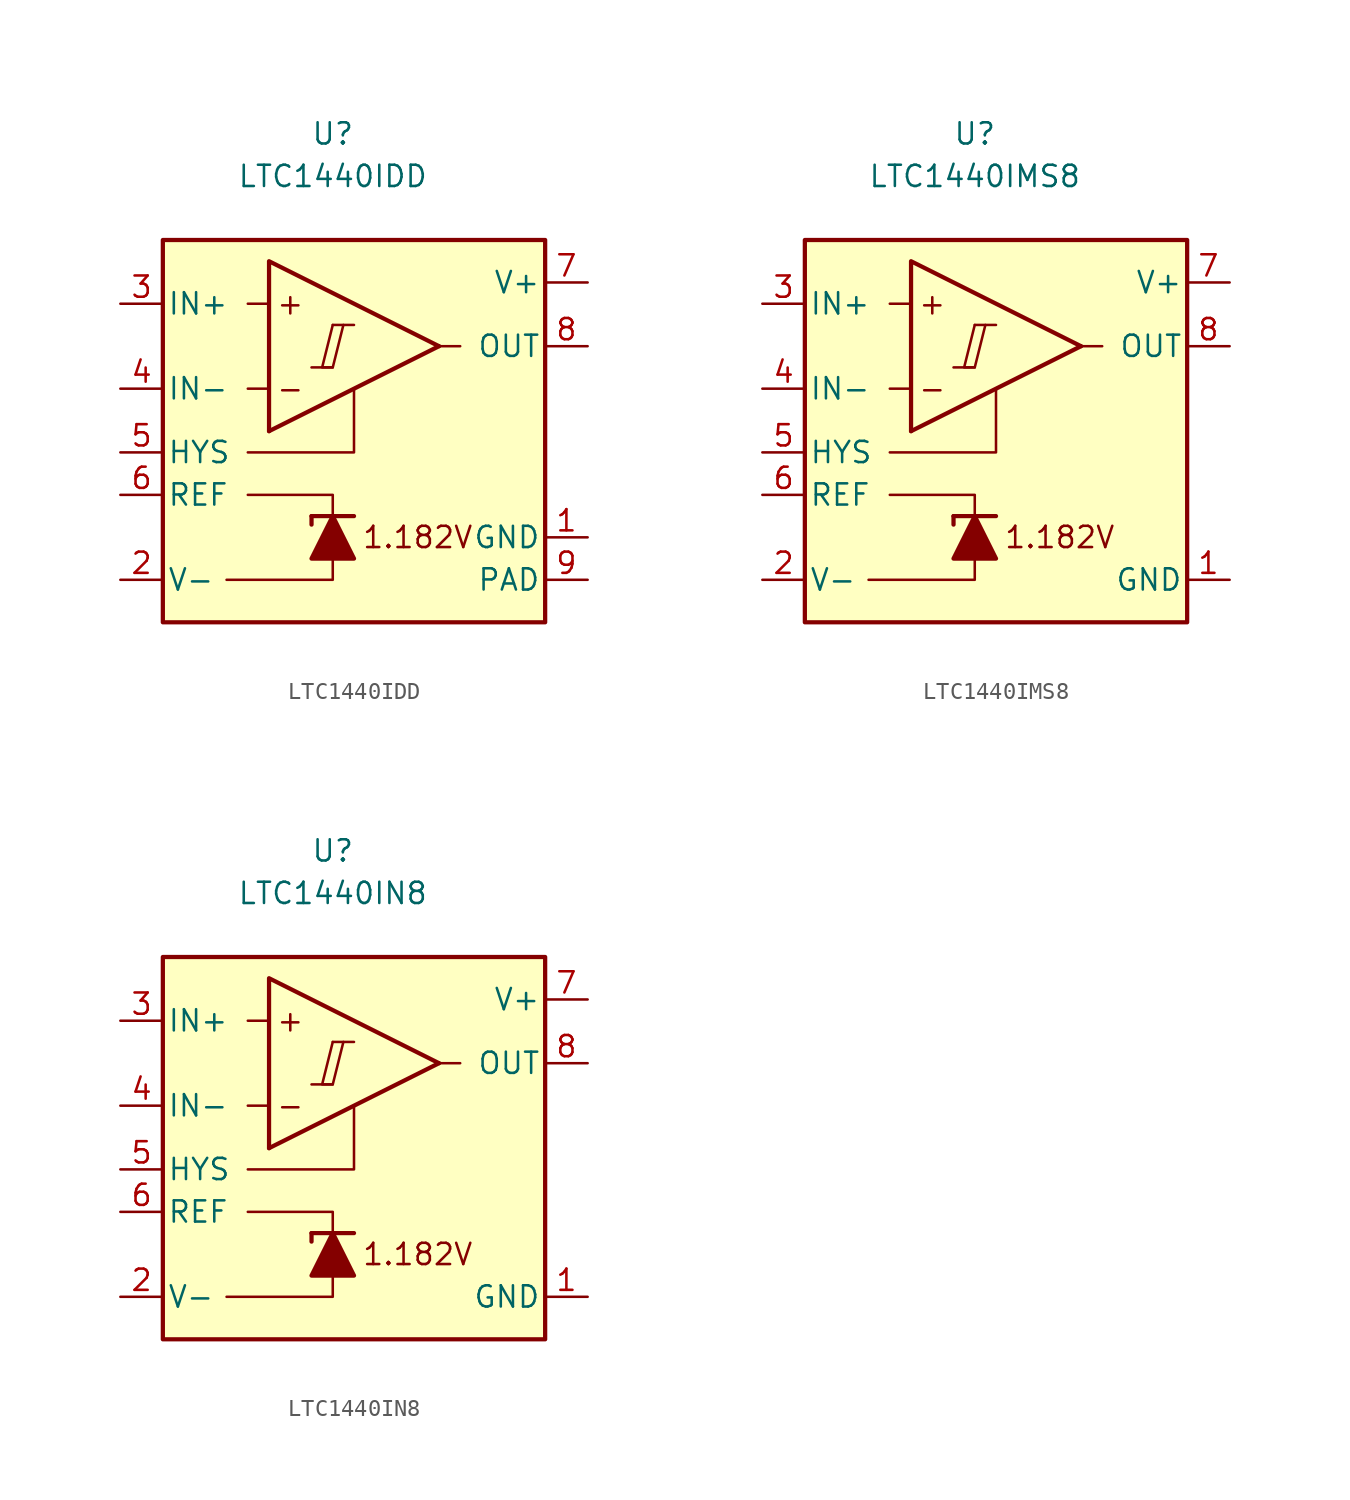
<source format=kicad_sym>
(kicad_symbol_lib
  (version 20211014)
  (generator kicad_symbol_editor)
  (symbol "LTC1440IDD"
    (pin_names
      (offset 0.254))
    (property "Reference" "U"
      (at 0 16.51 0)
      (effects (font (size 1.27 1.27))))
    (property "Value" "LTC1440IDD"
      (at 0 13.97 0)
      (effects (font (size 1.27 1.27))))
    (symbol "LTC1440IDD_0_0"
      (polyline (pts (xy -1.27 2.54) (xy 0 2.54)) (stroke (width 0.152) (type default) (color 0 0 0 0)) (fill (type none)))
      (polyline (pts (xy 0 5.08) (xy 1.27 5.08)) (stroke (width 0.152) (type default) (color 0 0 0 0)) (fill (type none)))
      (polyline (pts (xy 6.35 3.81) (xy -3.81 -1.27)) (stroke (width 0.254) (type default) (color 0 0 0 0)) (fill (type none)))
      (polyline (pts (xy 6.35 3.81) (xy -3.81 8.89) (xy -3.81 -1.27)) (stroke (width 0.254) (type default) (color 0 0 0 0)) (fill (type background)))
      (polyline (pts (xy 0 5.08) (xy -0.635 2.54) (xy 0 2.54) (xy 0.635 5.08)) (stroke (width 0.152) (type default) (color 0 0 0 0)) (fill (type none)))
      (text "+" (at -2.54 6.35 0) (effects (font (size 1.27 1.27))))
      (text "-" (at -2.54 1.27 0) (effects (font (size 1.27 1.27)))))
    (symbol "LTC1440IDD_0_1"
      (polyline (pts (xy -3.81 1.27) (xy -5.08 1.27)) (stroke (width 0) (type default) (color 0 0 0 0)) (fill (type none)))
      (polyline (pts (xy -3.81 6.35) (xy -5.08 6.35)) (stroke (width 0) (type default) (color 0 0 0 0)) (fill (type none)))
      (polyline (pts (xy -1.27 -6.35) (xy -1.27 -6.858)) (stroke (width 0.254) (type default) (color 0 0 0 0)) (fill (type none)))
      (polyline (pts (xy -1.27 -6.35) (xy 1.27 -6.35)) (stroke (width 0.254) (type default) (color 0 0 0 0)) (fill (type none)))
      (polyline (pts (xy 6.35 3.81) (xy 7.62 3.81)) (stroke (width 0) (type default) (color 0 0 0 0)) (fill (type none)))
      (polyline (pts (xy 0 -8.89) (xy 0 -10.16) (xy -6.35 -10.16)) (stroke (width 0) (type default) (color 0 0 0 0)) (fill (type none)))
      (polyline (pts (xy 0 -6.35) (xy 0 -5.08) (xy -5.08 -5.08)) (stroke (width 0) (type default) (color 0 0 0 0)) (fill (type none)))
      (polyline (pts (xy 1.27 1.27) (xy 1.27 -2.54) (xy -5.08 -2.54)) (stroke (width 0) (type default) (color 0 0 0 0)) (fill (type none)))
      (polyline (pts (xy 1.27 -8.89) (xy -1.27 -8.89) (xy 0 -6.35) (xy 1.27 -8.89)) (stroke (width 0.254) (type default) (color 0 0 0 0)) (fill (type outline)))
      (rectangle (start 12.7 10.16) (end -10.16 -12.7) (stroke (width 0.254) (type default) (color 0 0 0 0)) (fill (type background))))
    (symbol "LTC1440IDD_1_0"
      (text "1.182V" (at 5.08 -7.62 0) (effects (font (size 1.27 1.27)))))
    (symbol "LTC1440IDD_1_1"
      (pin power_in line (at 15.24 -7.62 180) (length 2.54) (name "GND" (effects (font (size 1.27 1.27)))) (number "1" (effects (font (size 1.27 1.27)))))
      (pin power_in line (at -12.7 -10.16 0) (length 2.54) (name "V-" (effects (font (size 1.27 1.27)))) (number "2" (effects (font (size 1.27 1.27)))))
      (pin input line (at -12.7 6.35 0) (length 2.54) (name "IN+" (effects (font (size 1.27 1.27)))) (number "3" (effects (font (size 1.27 1.27)))))
      (pin input line (at -12.7 1.27 0) (length 2.54) (name "IN-" (effects (font (size 1.27 1.27)))) (number "4" (effects (font (size 1.27 1.27)))))
      (pin input line (at -12.7 -2.54 0) (length 2.54) (name "HYS" (effects (font (size 1.27 1.27)))) (number "5" (effects (font (size 1.27 1.27)))))
      (pin output line (at -12.7 -5.08 0) (length 2.54) (name "REF" (effects (font (size 1.27 1.27)))) (number "6" (effects (font (size 1.27 1.27)))))
      (pin power_in line (at 15.24 7.62 180) (length 2.54) (name "V+" (effects (font (size 1.27 1.27)))) (number "7" (effects (font (size 1.27 1.27)))))
      (pin output line (at 15.24 3.81 180) (length 2.54) (name "OUT" (effects (font (size 1.27 1.27)))) (number "8" (effects (font (size 1.27 1.27)))))
      (pin power_in line (at 15.24 -10.16 180) (length 2.54) (name "PAD" (effects (font (size 1.27 1.27)))) (number "9" (effects (font (size 1.27 1.27)))))))
  (symbol "LTC1440IMS8"
    (pin_names
      (offset 0.254))
    (property "Reference" "U"
      (at 0 16.51 0)
      (effects (font (size 1.27 1.27))))
    (property "Value" "LTC1440IMS8"
      (at 0 13.97 0)
      (effects (font (size 1.27 1.27))))
    (symbol "LTC1440IMS8_0_0"
      (polyline (pts (xy -1.27 2.54) (xy 0 2.54)) (stroke (width 0.152) (type default) (color 0 0 0 0)) (fill (type none)))
      (polyline (pts (xy 0 5.08) (xy 1.27 5.08)) (stroke (width 0.152) (type default) (color 0 0 0 0)) (fill (type none)))
      (polyline (pts (xy 6.35 3.81) (xy -3.81 -1.27)) (stroke (width 0.254) (type default) (color 0 0 0 0)) (fill (type none)))
      (polyline (pts (xy 6.35 3.81) (xy -3.81 8.89) (xy -3.81 -1.27)) (stroke (width 0.254) (type default) (color 0 0 0 0)) (fill (type background)))
      (polyline (pts (xy 0 5.08) (xy -0.635 2.54) (xy 0 2.54) (xy 0.635 5.08)) (stroke (width 0.152) (type default) (color 0 0 0 0)) (fill (type none)))
      (text "+" (at -2.54 6.35 0) (effects (font (size 1.27 1.27))))
      (text "-" (at -2.54 1.27 0) (effects (font (size 1.27 1.27)))))
    (symbol "LTC1440IMS8_0_1"
      (polyline (pts (xy -3.81 1.27) (xy -5.08 1.27)) (stroke (width 0) (type default) (color 0 0 0 0)) (fill (type none)))
      (polyline (pts (xy -3.81 6.35) (xy -5.08 6.35)) (stroke (width 0) (type default) (color 0 0 0 0)) (fill (type none)))
      (polyline (pts (xy -1.27 -6.35) (xy -1.27 -6.858)) (stroke (width 0.254) (type default) (color 0 0 0 0)) (fill (type none)))
      (polyline (pts (xy -1.27 -6.35) (xy 1.27 -6.35)) (stroke (width 0.254) (type default) (color 0 0 0 0)) (fill (type none)))
      (polyline (pts (xy 6.35 3.81) (xy 7.62 3.81)) (stroke (width 0) (type default) (color 0 0 0 0)) (fill (type none)))
      (polyline (pts (xy 0 -8.89) (xy 0 -10.16) (xy -6.35 -10.16)) (stroke (width 0) (type default) (color 0 0 0 0)) (fill (type none)))
      (polyline (pts (xy 0 -6.35) (xy 0 -5.08) (xy -5.08 -5.08)) (stroke (width 0) (type default) (color 0 0 0 0)) (fill (type none)))
      (polyline (pts (xy 1.27 1.27) (xy 1.27 -2.54) (xy -5.08 -2.54)) (stroke (width 0) (type default) (color 0 0 0 0)) (fill (type none)))
      (polyline (pts (xy 1.27 -8.89) (xy -1.27 -8.89) (xy 0 -6.35) (xy 1.27 -8.89)) (stroke (width 0.254) (type default) (color 0 0 0 0)) (fill (type outline)))
      (rectangle (start 12.7 10.16) (end -10.16 -12.7) (stroke (width 0.254) (type default) (color 0 0 0 0)) (fill (type background))))
    (symbol "LTC1440IMS8_1_0"
      (text "1.182V" (at 5.08 -7.62 0) (effects (font (size 1.27 1.27)))))
    (symbol "LTC1440IMS8_1_1"
      (pin power_in line (at 15.24 -10.16 180) (length 2.54) (name "GND" (effects (font (size 1.27 1.27)))) (number "1" (effects (font (size 1.27 1.27)))))
      (pin power_in line (at -12.7 -10.16 0) (length 2.54) (name "V-" (effects (font (size 1.27 1.27)))) (number "2" (effects (font (size 1.27 1.27)))))
      (pin input line (at -12.7 6.35 0) (length 2.54) (name "IN+" (effects (font (size 1.27 1.27)))) (number "3" (effects (font (size 1.27 1.27)))))
      (pin input line (at -12.7 1.27 0) (length 2.54) (name "IN-" (effects (font (size 1.27 1.27)))) (number "4" (effects (font (size 1.27 1.27)))))
      (pin input line (at -12.7 -2.54 0) (length 2.54) (name "HYS" (effects (font (size 1.27 1.27)))) (number "5" (effects (font (size 1.27 1.27)))))
      (pin output line (at -12.7 -5.08 0) (length 2.54) (name "REF" (effects (font (size 1.27 1.27)))) (number "6" (effects (font (size 1.27 1.27)))))
      (pin power_in line (at 15.24 7.62 180) (length 2.54) (name "V+" (effects (font (size 1.27 1.27)))) (number "7" (effects (font (size 1.27 1.27)))))
      (pin output line (at 15.24 3.81 180) (length 2.54) (name "OUT" (effects (font (size 1.27 1.27)))) (number "8" (effects (font (size 1.27 1.27)))))))
  (symbol "LTC1440IN8"
    (pin_names
      (offset 0.254))
    (property "Reference" "U"
      (at 0 16.51 0)
      (effects (font (size 1.27 1.27))))
    (property "Value" "LTC1440IN8"
      (at 0 13.97 0)
      (effects (font (size 1.27 1.27))))
    (symbol "LTC1440IN8_0_0"
      (polyline (pts (xy -1.27 2.54) (xy 0 2.54)) (stroke (width 0.152) (type default) (color 0 0 0 0)) (fill (type none)))
      (polyline (pts (xy 0 5.08) (xy 1.27 5.08)) (stroke (width 0.152) (type default) (color 0 0 0 0)) (fill (type none)))
      (polyline (pts (xy 6.35 3.81) (xy -3.81 -1.27)) (stroke (width 0.254) (type default) (color 0 0 0 0)) (fill (type none)))
      (polyline (pts (xy 6.35 3.81) (xy -3.81 8.89) (xy -3.81 -1.27)) (stroke (width 0.254) (type default) (color 0 0 0 0)) (fill (type background)))
      (polyline (pts (xy 0 5.08) (xy -0.635 2.54) (xy 0 2.54) (xy 0.635 5.08)) (stroke (width 0.152) (type default) (color 0 0 0 0)) (fill (type none)))
      (text "+" (at -2.54 6.35 0) (effects (font (size 1.27 1.27))))
      (text "-" (at -2.54 1.27 0) (effects (font (size 1.27 1.27)))))
    (symbol "LTC1440IN8_0_1"
      (polyline (pts (xy -3.81 1.27) (xy -5.08 1.27)) (stroke (width 0) (type default) (color 0 0 0 0)) (fill (type none)))
      (polyline (pts (xy -3.81 6.35) (xy -5.08 6.35)) (stroke (width 0) (type default) (color 0 0 0 0)) (fill (type none)))
      (polyline (pts (xy -1.27 -6.35) (xy -1.27 -6.858)) (stroke (width 0.254) (type default) (color 0 0 0 0)) (fill (type none)))
      (polyline (pts (xy -1.27 -6.35) (xy 1.27 -6.35)) (stroke (width 0.254) (type default) (color 0 0 0 0)) (fill (type none)))
      (polyline (pts (xy 6.35 3.81) (xy 7.62 3.81)) (stroke (width 0) (type default) (color 0 0 0 0)) (fill (type none)))
      (polyline (pts (xy 0 -8.89) (xy 0 -10.16) (xy -6.35 -10.16)) (stroke (width 0) (type default) (color 0 0 0 0)) (fill (type none)))
      (polyline (pts (xy 0 -6.35) (xy 0 -5.08) (xy -5.08 -5.08)) (stroke (width 0) (type default) (color 0 0 0 0)) (fill (type none)))
      (polyline (pts (xy 1.27 1.27) (xy 1.27 -2.54) (xy -5.08 -2.54)) (stroke (width 0) (type default) (color 0 0 0 0)) (fill (type none)))
      (polyline (pts (xy 1.27 -8.89) (xy -1.27 -8.89) (xy 0 -6.35) (xy 1.27 -8.89)) (stroke (width 0.254) (type default) (color 0 0 0 0)) (fill (type outline)))
      (rectangle (start 12.7 10.16) (end -10.16 -12.7) (stroke (width 0.254) (type default) (color 0 0 0 0)) (fill (type background))))
    (symbol "LTC1440IN8_1_0"
      (text "1.182V" (at 5.08 -7.62 0) (effects (font (size 1.27 1.27)))))
    (symbol "LTC1440IN8_1_1"
      (pin power_in line (at 15.24 -10.16 180) (length 2.54) (name "GND" (effects (font (size 1.27 1.27)))) (number "1" (effects (font (size 1.27 1.27)))))
      (pin power_in line (at -12.7 -10.16 0) (length 2.54) (name "V-" (effects (font (size 1.27 1.27)))) (number "2" (effects (font (size 1.27 1.27)))))
      (pin input line (at -12.7 6.35 0) (length 2.54) (name "IN+" (effects (font (size 1.27 1.27)))) (number "3" (effects (font (size 1.27 1.27)))))
      (pin input line (at -12.7 1.27 0) (length 2.54) (name "IN-" (effects (font (size 1.27 1.27)))) (number "4" (effects (font (size 1.27 1.27)))))
      (pin input line (at -12.7 -2.54 0) (length 2.54) (name "HYS" (effects (font (size 1.27 1.27)))) (number "5" (effects (font (size 1.27 1.27)))))
      (pin output line (at -12.7 -5.08 0) (length 2.54) (name "REF" (effects (font (size 1.27 1.27)))) (number "6" (effects (font (size 1.27 1.27)))))
      (pin power_in line (at 15.24 7.62 180) (length 2.54) (name "V+" (effects (font (size 1.27 1.27)))) (number "7" (effects (font (size 1.27 1.27)))))
      (pin output line (at 15.24 3.81 180) (length 2.54) (name "OUT" (effects (font (size 1.27 1.27)))) (number "8" (effects (font (size 1.27 1.27))))))))
</source>
